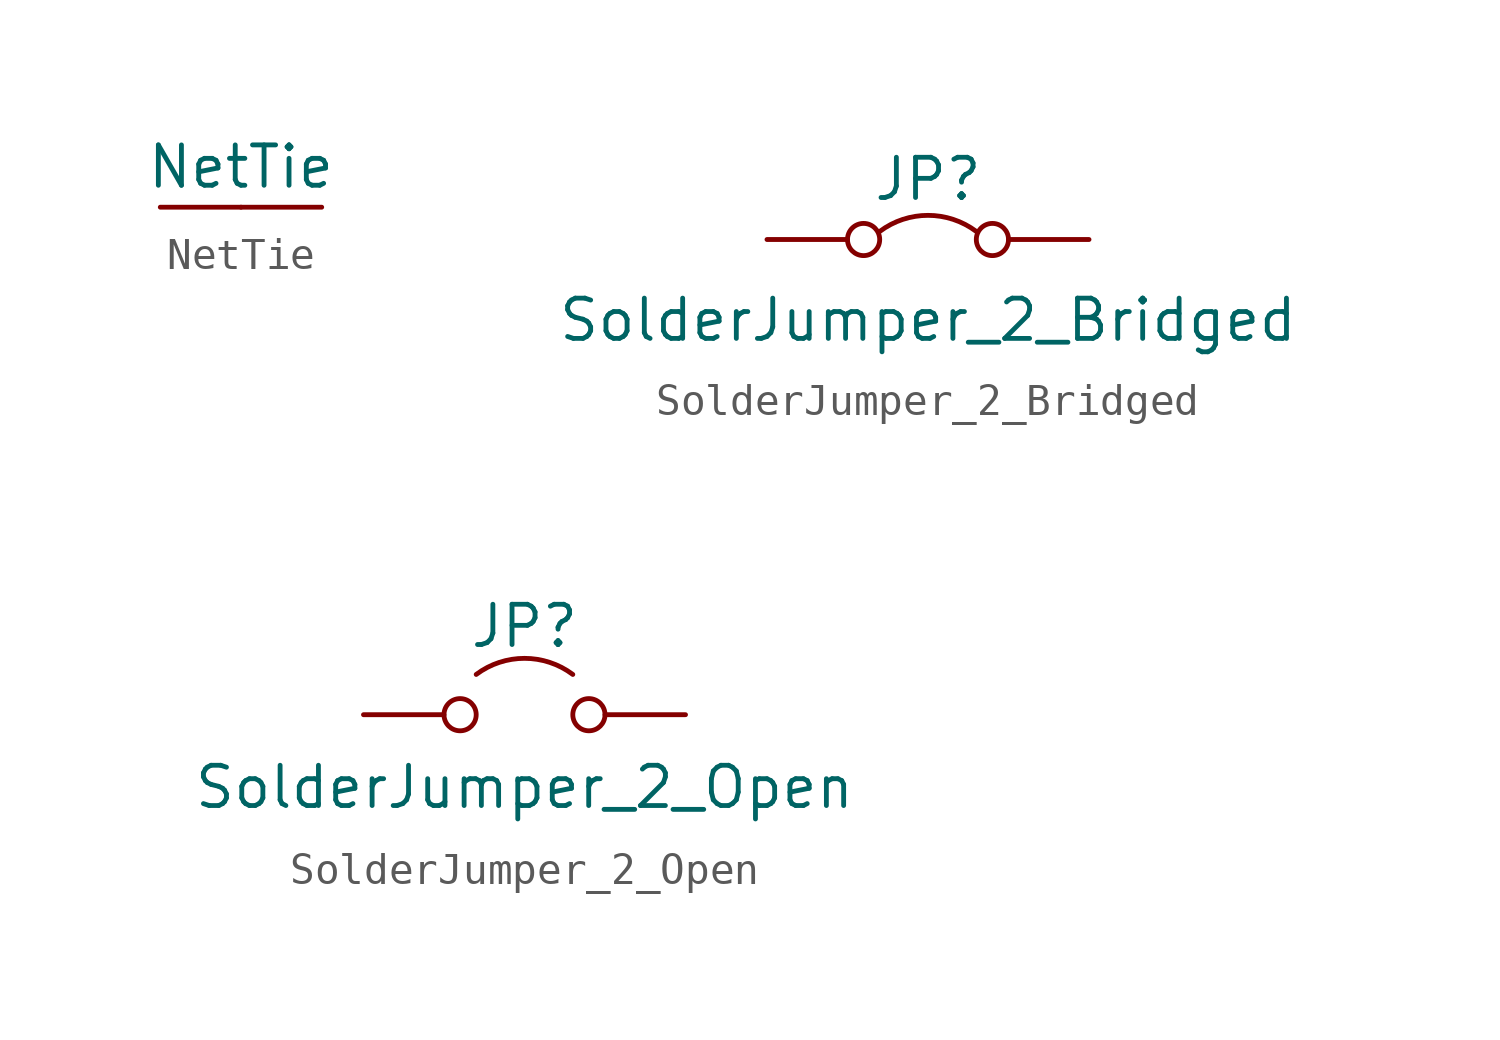
<source format=kicad_sym>
(kicad_symbol_lib
  (version 20241209)
  (generator "kicad_symbol_editor")
  (generator_version "9.0")
  (symbol "NetTie"
    (pin_numbers
      (hide yes))
    (pin_names
      (offset 0)
      (hide yes))
    (property "Reference" "NT"
      (at 0 -1.905 0)
      (effects (font (size 1.27 1.27)) (hide yes)))
    (property "Value" "NetTie"
      (at 0 1.27 0)
      (effects (font (size 1.27 1.27))))
    (symbol "NetTie_1_1"
      (pin passive line (at -2.54 0 0) (length 2.54) (name "1" (effects (font (size 1.27 1.27)))) (number "1" (effects (font (size 1.27 1.27)))))
      (pin passive line (at 2.54 0 180) (length 2.54) (name "2" (effects (font (size 1.27 1.27)))) (number "2" (effects (font (size 1.27 1.27)))))))
  (symbol "SolderJumper_2_Bridged"
    (pin_numbers
      (hide yes))
    (pin_names
      (offset 0)
      (hide yes))
    (property "Reference" "JP"
      (at 0 1.905 0)
      (effects (font (size 1.27 1.27))))
    (property "Value" "SolderJumper_2_Bridged"
      (at 0 -2.54 0)
      (effects (font (size 1.27 1.27))))
    (symbol "SolderJumper_2_Bridged_0_0"
      (circle (center -2.032 0) (radius 0.508) (stroke (width 0) (type default)) (fill (type none)))
      (circle (center 2.032 0) (radius 0.508) (stroke (width 0) (type default)) (fill (type none))))
    (symbol "SolderJumper_2_Bridged_0_1"
      (arc (start -1.524 0.254) (mid 0 0.762) (end 1.524 0.254) (stroke (width 0) (type default)) (fill (type none))))
    (symbol "SolderJumper_2_Bridged_1_1"
      (pin passive line (at -5.08 0 0) (length 2.54) (name "A" (effects (font (size 1.27 1.27)))) (number "1" (effects (font (size 1.27 1.27)))))
      (pin passive line (at 5.08 0 180) (length 2.54) (name "B" (effects (font (size 1.27 1.27)))) (number "2" (effects (font (size 1.27 1.27)))))))
  (symbol "SolderJumper_2_Open"
    (pin_numbers
      (hide yes))
    (pin_names
      (offset 0)
      (hide yes))
    (property "Reference" "JP"
      (at 0 2.794 0)
      (effects (font (size 1.27 1.27))))
    (property "Value" "SolderJumper_2_Open"
      (at 0 -2.286 0)
      (effects (font (size 1.27 1.27))))
    (symbol "SolderJumper_2_Open_0_0"
      (circle (center -2.032 0) (radius 0.508) (stroke (width 0) (type default)) (fill (type none)))
      (circle (center 2.032 0) (radius 0.508) (stroke (width 0) (type default)) (fill (type none))))
    (symbol "SolderJumper_2_Open_0_1"
      (arc (start -1.524 1.27) (mid 0 1.778) (end 1.524 1.27) (stroke (width 0) (type default)) (fill (type none))))
    (symbol "SolderJumper_2_Open_1_1"
      (pin passive line (at -5.08 0 0) (length 2.54) (name "A" (effects (font (size 1.27 1.27)))) (number "1" (effects (font (size 1.27 1.27)))))
      (pin passive line (at 5.08 0 180) (length 2.54) (name "B" (effects (font (size 1.27 1.27)))) (number "2" (effects (font (size 1.27 1.27))))))))
</source>
